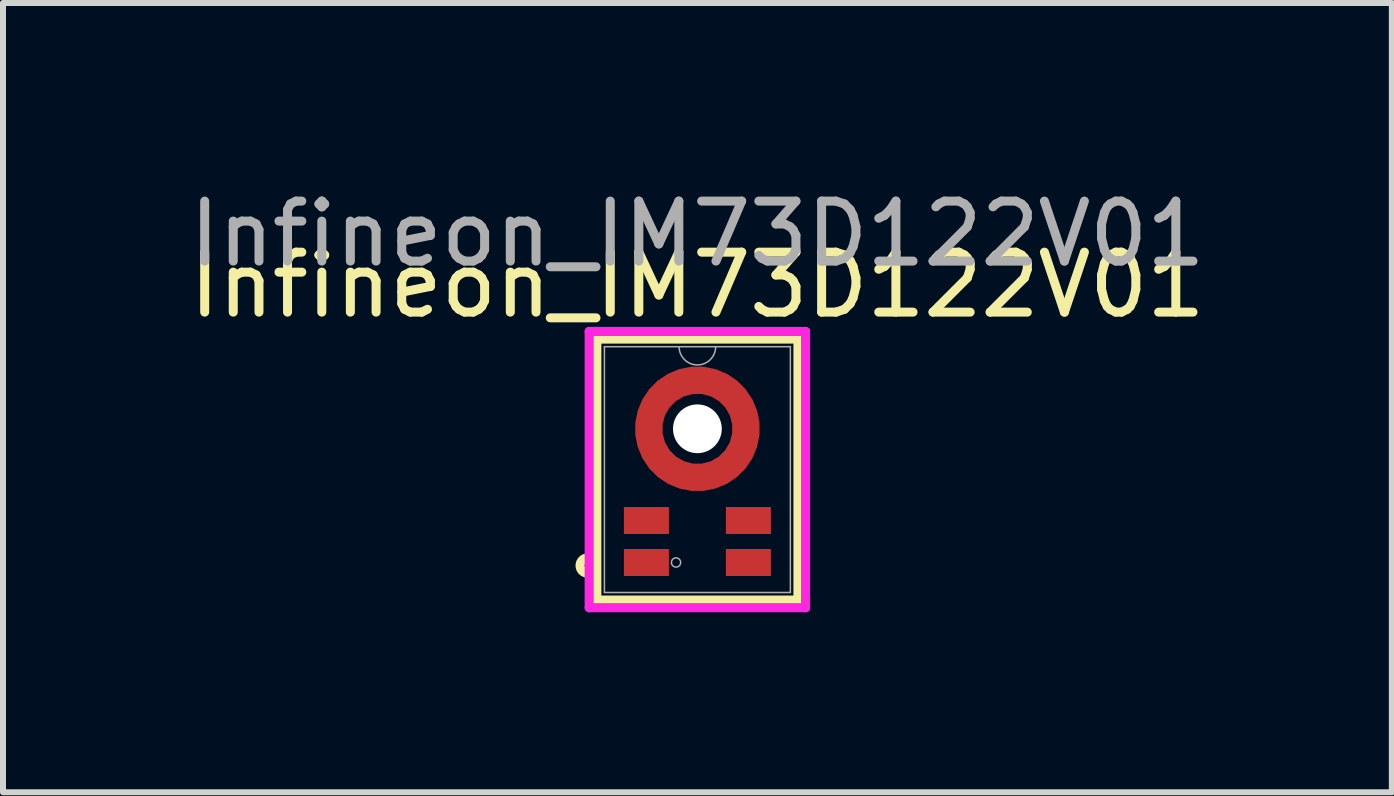
<source format=kicad_pcb>
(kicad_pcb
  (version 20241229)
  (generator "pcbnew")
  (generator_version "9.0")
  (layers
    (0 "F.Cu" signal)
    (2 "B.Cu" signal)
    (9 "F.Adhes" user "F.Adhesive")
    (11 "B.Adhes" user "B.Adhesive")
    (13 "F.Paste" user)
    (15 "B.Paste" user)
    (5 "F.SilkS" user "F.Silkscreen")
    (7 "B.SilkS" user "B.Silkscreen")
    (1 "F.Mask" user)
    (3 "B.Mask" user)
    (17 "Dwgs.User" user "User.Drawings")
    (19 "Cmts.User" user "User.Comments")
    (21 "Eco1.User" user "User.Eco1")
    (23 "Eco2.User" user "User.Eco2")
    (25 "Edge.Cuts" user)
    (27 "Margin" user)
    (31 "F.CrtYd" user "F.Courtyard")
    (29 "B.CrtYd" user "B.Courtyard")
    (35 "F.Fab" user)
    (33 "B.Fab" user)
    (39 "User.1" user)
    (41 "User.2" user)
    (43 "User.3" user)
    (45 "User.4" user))
  (footprint "Infineon_IM73D122V01"
    (layer "F.Cu")
    (at 8.577 4.099)
    (property "Reference" "Infineon_IM73D122V01" (at 0 -2.4 0) (unlocked yes) (layer "F.SilkS") (effects (font (size 1 1) (thickness 0.15))))
    (attr smd)
    (fp_line (start -1.677 -1.496) (end 1.677 -1.496) (stroke (width 0.152) (type solid)) (layer "F.SilkS"))
    (fp_line (start -1.677 2.856) (end -1.677 -1.496) (stroke (width 0.152) (type solid)) (layer "F.SilkS"))
    (fp_line (start 1.677 -1.496) (end 1.677 2.856) (stroke (width 0.152) (type solid)) (layer "F.SilkS"))
    (fp_line (start 1.677 2.856) (end -1.677 2.856) (stroke (width 0.152) (type solid)) (layer "F.SilkS"))
    (fp_circle (center -1.829 2.28) (end -1.702 2.28) (stroke (width 0.152) (type solid)) (fill no) (layer "F.SilkS"))
    (fp_poly (pts (xy 0 -1.04) (xy 0.203 -1.02) (xy 0.398 -0.961) (xy 0.578 -0.865) (xy 0.735 -0.735) (xy 0.865 -0.578) (xy 0.961 -0.398) (xy 1.02 -0.203) (xy 1.04 0) (xy 1.02 0.203) (xy 0.961 0.398) (xy 0.865 0.578) (xy 0.735 0.735) (xy 0.578 0.865) (xy 0.398 0.961) (xy 0 1.04) (xy -0.203 1.02) (xy -0.398 0.961) (xy -0.578 0.865) (xy -0.735 0.735) (xy -0.865 0.578) (xy -0.961 0.398) (xy -1.02 0.203) (xy -1.04 0) (xy -1.02 -0.203) (xy -0.961 -0.398) (xy -0.865 -0.578) (xy -0.735 -0.735) (xy -0.578 -0.865) (xy -0.398 -0.961) (xy -0.203 -1.02) (xy 0 -1.04) (xy 0 -0.58) (xy -0.113 -0.569) (xy -0.222 -0.536) (xy -0.322 -0.482) (xy -0.41 -0.41) (xy -0.482 -0.322) (xy -0.536 -0.222) (xy -0.569 -0.113) (xy -0.58 0) (xy -0.569 0.113) (xy -0.536 0.222) (xy -0.482 0.322) (xy -0.41 0.41) (xy -0.322 0.482) (xy -0.222 0.536) (xy -0.113 0.569) (xy 0 0.58) (xy 0.113 0.569) (xy 0.322 0.482) (xy 0.41 0.41) (xy 0.482 0.322) (xy 0.536 0.222) (xy 0.569 0.113) (xy 0.58 0) (xy 0.569 -0.113) (xy 0.536 -0.222) (xy 0.482 -0.322) (xy 0.41 -0.41) (xy 0.322 -0.482) (xy 0.222 -0.536) (xy 0.113 -0.569) (xy 0 -0.58)) (stroke (width 0) (type solid)) (fill yes) (layer "F.Paste"))
    (fp_line (start -1.804 -1.623) (end -1.804 2.983) (stroke (width 0.152) (type solid)) (layer "F.CrtYd"))
    (fp_line (start -1.804 2.983) (end 1.804 2.983) (stroke (width 0.152) (type solid)) (layer "F.CrtYd"))
    (fp_line (start 1.804 -1.623) (end -1.804 -1.623) (stroke (width 0.152) (type solid)) (layer "F.CrtYd"))
    (fp_line (start 1.804 2.983) (end 1.804 -1.623) (stroke (width 0.152) (type solid)) (layer "F.CrtYd"))
    (fp_line (start -1.55 -1.369) (end -1.55 2.729) (stroke (width 0.025) (type solid)) (layer "F.Fab"))
    (fp_line (start -1.55 2.729) (end 1.55 2.729) (stroke (width 0.025) (type solid)) (layer "F.Fab"))
    (fp_line (start 1.55 -1.369) (end -1.55 -1.369) (stroke (width 0.025) (type solid)) (layer "F.Fab"))
    (fp_line (start 1.55 2.729) (end 1.55 -1.369) (stroke (width 0.025) (type solid)) (layer "F.Fab"))
    (fp_arc (start 0.3048 -1.3694) (mid 0 -1.0646) (end -0.3048 -1.3694) (stroke (width 0.0254) (type solid)) (layer "F.Fab"))
    (fp_circle (center -0.356 2.229) (end -0.279 2.229) (stroke (width 0.025) (type solid)) (fill no) (layer "F.Fab"))
    (fp_text user "${REFERENCE}" (at 0 -3.251 0) (unlocked yes) (layer "F.Fab") (effects (font (size 1 1) (thickness 0.15))))
    (pad "" np_thru_hole circle (at 0 0) (size 0.813 0.813) (drill 0.813) (layers "*.Cu" "*.Mask"))
    (pad "1" smd rect (at -0.85 2.229) (size 0.75 0.45) (layers "F.Cu" "F.Mask" "F.Paste"))
    (pad "2" smd rect (at -0.85 1.529) (size 0.75 0.45) (layers "F.Cu" "F.Mask" "F.Paste"))
    (pad "3" smd rect (at 0.85 2.229) (size 0.75 0.45) (layers "F.Cu" "F.Mask" "F.Paste"))
    (pad "4" smd rect (at 0.85 1.529) (size 0.75 0.45) (layers "F.Cu" "F.Mask" "F.Paste"))
    (pad "5" smd roundrect (at -0.81 0) (size 0.2 0.2) (layers "F.Cu" "F.Mask" "F.Paste") (roundrect_rratio 0.25))
    (pad "5" smd custom (at 0 -0.81) (size 0.2 0.2) (layers "F.Cu" "F.Mask" "F.Paste") (options (anchor circle)) (primitives (gr_poly (pts (xy -0.1 -0.05) (xy -0.096 -0.069) (xy -0.085 -0.085) (xy -0.069 -0.096) (xy -0.05 -0.1) (xy 0.05 -0.1) (xy 0.069 -0.096) (xy 0.085 -0.085) (xy 0.096 -0.069) (xy 0.1 -0.05) (xy 0.1 0.05) (xy 0.096 0.069) (xy 0.085 0.085) (xy 0.069 0.096) (xy 0.05 0.1) (xy -0.05 0.1) (xy -0.069 0.096) (xy -0.085 0.085) (xy -0.096 0.069) (xy -0.1 0.05)) (width 0) (fill yes)) (gr_circle (center 0 0.81) (end 0.81 0.81) (width 0.46) (fill no))))
    (pad "5" smd roundrect (at 0 0.81) (size 0.2 0.2) (layers "F.Cu" "F.Mask" "F.Paste") (roundrect_rratio 0.25))
    (pad "5" smd roundrect (at 0.81 0) (size 0.2 0.2) (layers "F.Cu" "F.Mask" "F.Paste") (roundrect_rratio 0.25)))
  (gr_rect
    (start -3 -3)
    (end 20.155 10.159)
    (stroke (width 0.1) (type default))
    (fill no)
    (layer "Edge.Cuts")))
</source>
